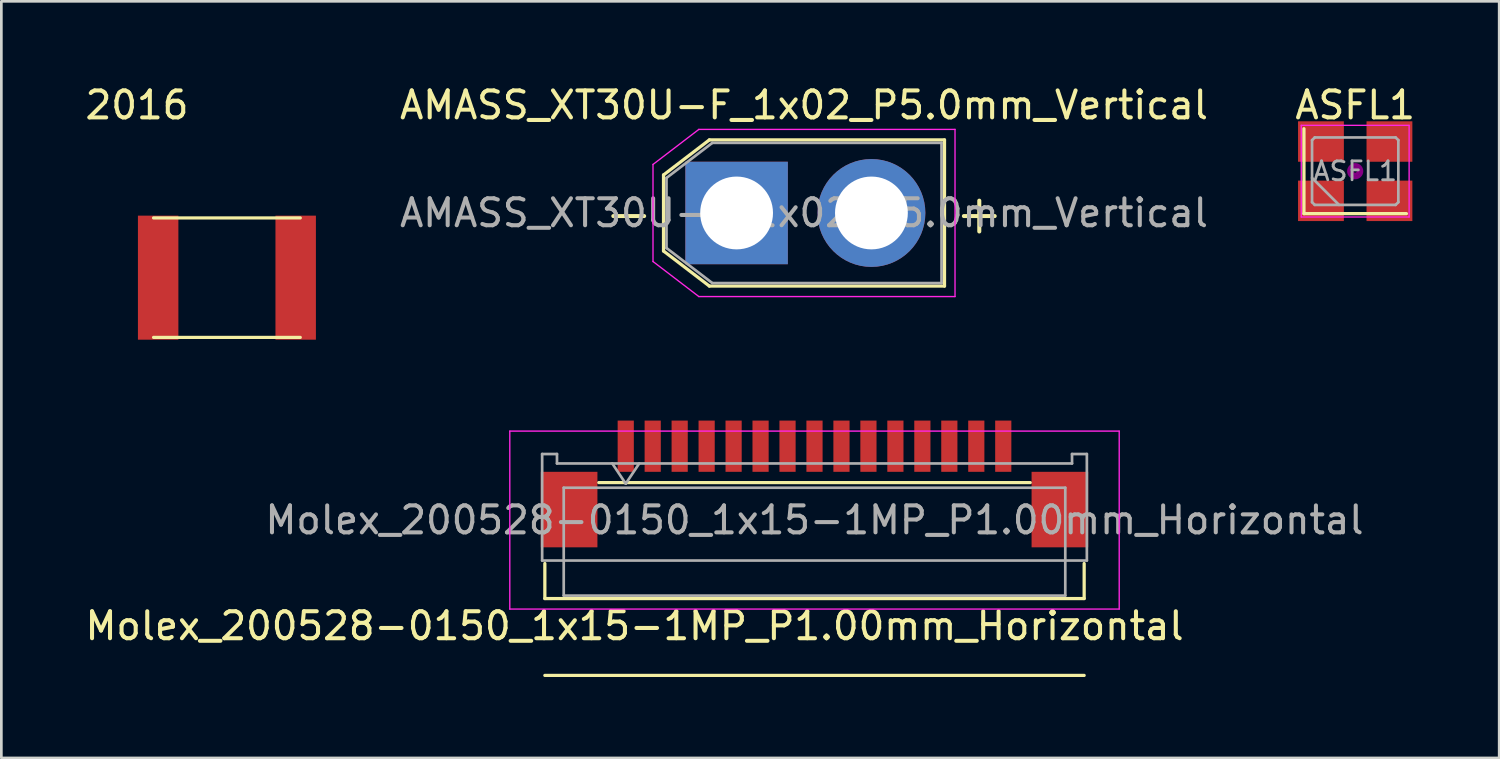
<source format=kicad_pcb>
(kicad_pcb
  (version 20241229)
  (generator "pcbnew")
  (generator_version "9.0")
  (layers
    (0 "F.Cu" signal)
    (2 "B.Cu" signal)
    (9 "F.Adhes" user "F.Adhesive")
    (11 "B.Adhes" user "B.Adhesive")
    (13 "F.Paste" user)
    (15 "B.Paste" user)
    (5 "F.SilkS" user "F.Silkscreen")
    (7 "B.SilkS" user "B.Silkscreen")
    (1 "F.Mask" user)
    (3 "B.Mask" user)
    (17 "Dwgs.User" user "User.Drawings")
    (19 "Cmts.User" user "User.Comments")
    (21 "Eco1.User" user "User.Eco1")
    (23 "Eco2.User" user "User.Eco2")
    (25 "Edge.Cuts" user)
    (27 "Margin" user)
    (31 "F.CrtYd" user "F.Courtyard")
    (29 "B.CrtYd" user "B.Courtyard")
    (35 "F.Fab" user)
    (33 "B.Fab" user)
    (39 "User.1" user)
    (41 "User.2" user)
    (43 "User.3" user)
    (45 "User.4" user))
  (footprint "Molex_200528-0150_1x15-1MP_P1.00mm_Horizontal"
    (layer "F.Cu")
    (at 27.155 14.847)
    (property "Reference" "Molex_200528-0150_1x15-1MP_P1.00mm_Horizontal" (at -6.673 5.316 0) (layer "F.SilkS") (effects (font (size 1 1) (thickness 0.15))))
    (attr smd)
    (fp_line (start -10 3) (end -10 4.3) (stroke (width 0.12) (type solid)) (layer "F.SilkS"))
    (fp_line (start -10 4.3) (end 10 4.3) (stroke (width 0.12) (type solid)) (layer "F.SilkS"))
    (fp_line (start -10 7.15) (end 10 7.15) (stroke (width 0.12) (type solid)) (layer "F.SilkS"))
    (fp_line (start -8 0) (end 8 0) (stroke (width 0.12) (type solid)) (layer "F.SilkS"))
    (fp_line (start 10 4.3) (end 10 3) (stroke (width 0.12) (type solid)) (layer "F.SilkS"))
    (fp_line (start -11.3 -1.91) (end -11.3 4.69) (stroke (width 0.05) (type solid)) (layer "F.CrtYd"))
    (fp_line (start -11.3 4.69) (end 11.3 4.69) (stroke (width 0.05) (type solid)) (layer "F.CrtYd"))
    (fp_line (start 11.3 -1.91) (end -11.3 -1.91) (stroke (width 0.05) (type solid)) (layer "F.CrtYd"))
    (fp_line (start 11.3 4.69) (end 11.3 -1.91) (stroke (width 0.05) (type solid)) (layer "F.CrtYd"))
    (fp_line (start -10.1 -1.06) (end -10.1 2.89) (stroke (width 0.1) (type solid)) (layer "F.Fab"))
    (fp_line (start -10.1 2.89) (end 10.1 2.89) (stroke (width 0.1) (type solid)) (layer "F.Fab"))
    (fp_line (start -9.55 -1.06) (end -10.1 -1.06) (stroke (width 0.1) (type solid)) (layer "F.Fab"))
    (fp_line (start -9.55 -0.71) (end -9.55 -1.06) (stroke (width 0.1) (type solid)) (layer "F.Fab"))
    (fp_line (start -9.3 0.19) (end -9.3 4.19) (stroke (width 0.1) (type solid)) (layer "F.Fab"))
    (fp_line (start -9.3 4.19) (end 9.3 4.19) (stroke (width 0.1) (type solid)) (layer "F.Fab"))
    (fp_line (start -7.5 -0.71) (end -7 0.04) (stroke (width 0.1) (type solid)) (layer "F.Fab"))
    (fp_line (start -7 0.04) (end -6.5 -0.71) (stroke (width 0.1) (type solid)) (layer "F.Fab"))
    (fp_line (start 9.3 0.19) (end -9.3 0.19) (stroke (width 0.1) (type solid)) (layer "F.Fab"))
    (fp_line (start 9.3 4.19) (end 9.3 0.19) (stroke (width 0.1) (type solid)) (layer "F.Fab"))
    (fp_line (start 9.55 -1.06) (end 9.55 -0.71) (stroke (width 0.1) (type solid)) (layer "F.Fab"))
    (fp_line (start 9.55 -0.71) (end -9.55 -0.71) (stroke (width 0.1) (type solid)) (layer "F.Fab"))
    (fp_line (start 10.1 -1.06) (end 9.55 -1.06) (stroke (width 0.1) (type solid)) (layer "F.Fab"))
    (fp_line (start 10.1 2.89) (end 10.1 -1.06) (stroke (width 0.1) (type solid)) (layer "F.Fab"))
    (fp_text user "${REFERENCE}" (at 0 1.39 0) (layer "F.Fab") (effects (font (size 1 1) (thickness 0.15))))
    (pad "1" smd rect (at -7 -1.35) (size 0.6 1.9) (layers "F.Cu" "F.Mask" "F.Paste"))
    (pad "2" smd rect (at -6 -1.35) (size 0.6 1.9) (layers "F.Cu" "F.Mask" "F.Paste"))
    (pad "3" smd rect (at -5 -1.35) (size 0.6 1.9) (layers "F.Cu" "F.Mask" "F.Paste"))
    (pad "4" smd rect (at -4 -1.35) (size 0.6 1.9) (layers "F.Cu" "F.Mask" "F.Paste"))
    (pad "5" smd rect (at -3 -1.35) (size 0.6 1.9) (layers "F.Cu" "F.Mask" "F.Paste"))
    (pad "6" smd rect (at -2 -1.35) (size 0.6 1.9) (layers "F.Cu" "F.Mask" "F.Paste"))
    (pad "7" smd rect (at -1 -1.35) (size 0.6 1.9) (layers "F.Cu" "F.Mask" "F.Paste"))
    (pad "8" smd rect (at 0 -1.35) (size 0.6 1.9) (layers "F.Cu" "F.Mask" "F.Paste"))
    (pad "9" smd rect (at 1 -1.35) (size 0.6 1.9) (layers "F.Cu" "F.Mask" "F.Paste"))
    (pad "10" smd rect (at 2 -1.35) (size 0.6 1.9) (layers "F.Cu" "F.Mask" "F.Paste"))
    (pad "11" smd rect (at 3 -1.35) (size 0.6 1.9) (layers "F.Cu" "F.Mask" "F.Paste"))
    (pad "12" smd rect (at 4 -1.35) (size 0.6 1.9) (layers "F.Cu" "F.Mask" "F.Paste"))
    (pad "13" smd rect (at 5 -1.35) (size 0.6 1.9) (layers "F.Cu" "F.Mask" "F.Paste"))
    (pad "14" smd rect (at 6 -1.35) (size 0.6 1.9) (layers "F.Cu" "F.Mask" "F.Paste"))
    (pad "15" smd rect (at 7 -1.35) (size 0.6 1.9) (layers "F.Cu" "F.Mask" "F.Paste"))
    (pad "MP" smd rect (at -9.1 1) (size 2.1 2.8) (layers "F.Cu" "F.Mask" "F.Paste"))
    (pad "MP" smd rect (at 9.1 1) (size 2.1 2.8) (layers "F.Cu" "F.Mask" "F.Paste")))
  (footprint "2016"
    (layer "F.Cu")
    (at 5.365 7.247)
    (property "Reference" "2016" (at -3.335 -6.398 0) (layer "F.SilkS") (effects (font (size 1 1) (thickness 0.15))))
    (attr through_hole)
    (fp_line (start -2.72 -2.215) (end 2.72 -2.215) (stroke (width 0.12) (type solid)) (layer "F.SilkS"))
    (fp_line (start -2.72 2.215) (end 2.72 2.215) (stroke (width 0.12) (type solid)) (layer "F.SilkS"))
    (pad "1" smd rect (at -2.55 0) (size 1.5 4.6) (layers "F.Cu" "F.Mask"))
    (pad "2" smd rect (at 2.55 0) (size 1.5 4.6) (layers "F.Cu" "F.Mask")))
  (footprint "ASFL1"
    (layer "F.Cu")
    (at 47.206 3.298)
    (property "Reference" "ASFL1" (at 0 -2.45 0) (layer "F.SilkS") (effects (font (size 1 1) (thickness 0.15))))
    (attr smd)
    (fp_line (start -1.9 -1.575) (end -1.9 1.575) (stroke (width 0.12) (type solid)) (layer "F.SilkS"))
    (fp_line (start -1.9 1.575) (end 1.9 1.575) (stroke (width 0.12) (type solid)) (layer "F.SilkS"))
    (fp_circle (center 0 0) (end 0.058 0) (stroke (width 0.117) (type solid)) (fill no) (layer "F.Adhes"))
    (fp_circle (center 0 0) (end 0.133 0) (stroke (width 0.083) (type solid)) (fill no) (layer "F.Adhes"))
    (fp_circle (center 0 0) (end 0.208 0) (stroke (width 0.083) (type solid)) (fill no) (layer "F.Adhes"))
    (fp_circle (center 0 0) (end 0.25 0) (stroke (width 0.1) (type solid)) (fill no) (layer "F.Adhes"))
    (fp_line (start -2 -1.7) (end -2 1.7) (stroke (width 0.05) (type solid)) (layer "F.CrtYd"))
    (fp_line (start -2 1.7) (end 2 1.7) (stroke (width 0.05) (type solid)) (layer "F.CrtYd"))
    (fp_line (start 2 -1.7) (end -2 -1.7) (stroke (width 0.05) (type solid)) (layer "F.CrtYd"))
    (fp_line (start 2 1.7) (end 2 -1.7) (stroke (width 0.05) (type solid)) (layer "F.CrtYd"))
    (fp_line (start -1.6 -1.15) (end -1.5 -1.25) (stroke (width 0.1) (type solid)) (layer "F.Fab"))
    (fp_line (start -1.6 0.25) (end -0.6 1.25) (stroke (width 0.1) (type solid)) (layer "F.Fab"))
    (fp_line (start -1.6 1.15) (end -1.6 -1.15) (stroke (width 0.1) (type solid)) (layer "F.Fab"))
    (fp_line (start -1.5 -1.25) (end 1.5 -1.25) (stroke (width 0.1) (type solid)) (layer "F.Fab"))
    (fp_line (start -1.5 1.25) (end -1.6 1.15) (stroke (width 0.1) (type solid)) (layer "F.Fab"))
    (fp_line (start 1.5 -1.25) (end 1.6 -1.15) (stroke (width 0.1) (type solid)) (layer "F.Fab"))
    (fp_line (start 1.5 1.25) (end -1.5 1.25) (stroke (width 0.1) (type solid)) (layer "F.Fab"))
    (fp_line (start 1.6 -1.15) (end 1.6 1.15) (stroke (width 0.1) (type solid)) (layer "F.Fab"))
    (fp_line (start 1.6 1.15) (end 1.5 1.25) (stroke (width 0.1) (type solid)) (layer "F.Fab"))
    (fp_text user "${REFERENCE}" (at 0 0 0) (layer "F.Fab") (effects (font (size 0.7 0.7) (thickness 0.105))))
    (pad "1" smd rect (at -1.27 1.1) (size 1.7 1.5) (layers "F.Cu" "F.Mask" "F.Paste"))
    (pad "2" smd rect (at 1.27 1.1) (size 1.7 1.5) (layers "F.Cu" "F.Mask" "F.Paste"))
    (pad "3" smd rect (at 1.27 -1.1) (size 1.7 1.5) (layers "F.Cu" "F.Mask" "F.Paste"))
    (pad "4" smd rect (at -1.27 -1.1) (size 1.7 1.5) (layers "F.Cu" "F.Mask" "F.Paste")))
  (footprint "AMASS_XT30U-F_1x02_P5.0mm_Vertical"
    (layer "F.Cu")
    (at 24.266 4.848)
    (property "Reference" "AMASS_XT30U-F_1x02_P5.0mm_Vertical" (at 2.5 -4 0) (layer "F.SilkS") (effects (font (size 1 1) (thickness 0.15))))
    (attr through_hole)
    (fp_line (start -2.71 -1.41) (end -2.71 1.41) (stroke (width 0.12) (type solid)) (layer "F.SilkS"))
    (fp_line (start -2.71 -1.41) (end -1.01 -2.71) (stroke (width 0.12) (type solid)) (layer "F.SilkS"))
    (fp_line (start -2.71 1.41) (end -1.01 2.71) (stroke (width 0.12) (type solid)) (layer "F.SilkS"))
    (fp_line (start -1.01 -2.71) (end 7.71 -2.71) (stroke (width 0.12) (type solid)) (layer "F.SilkS"))
    (fp_line (start -1.01 2.71) (end 7.71 2.71) (stroke (width 0.12) (type solid)) (layer "F.SilkS"))
    (fp_line (start 7.71 -2.71) (end 7.71 2.71) (stroke (width 0.12) (type solid)) (layer "F.SilkS"))
    (fp_line (start -3.1 -1.8) (end -3.1 1.8) (stroke (width 0.05) (type solid)) (layer "F.CrtYd"))
    (fp_line (start -3.1 -1.8) (end -1.4 -3.1) (stroke (width 0.05) (type solid)) (layer "F.CrtYd"))
    (fp_line (start -3.1 1.8) (end -1.4 3.1) (stroke (width 0.05) (type solid)) (layer "F.CrtYd"))
    (fp_line (start -1.4 -3.1) (end 8.1 -3.1) (stroke (width 0.05) (type solid)) (layer "F.CrtYd"))
    (fp_line (start -1.4 3.1) (end 8.1 3.1) (stroke (width 0.05) (type solid)) (layer "F.CrtYd"))
    (fp_line (start 8.1 -3.1) (end 8.1 3.1) (stroke (width 0.05) (type solid)) (layer "F.CrtYd"))
    (fp_line (start -2.6 -1.3) (end -2.6 1.3) (stroke (width 0.1) (type solid)) (layer "F.Fab"))
    (fp_line (start -2.6 -1.3) (end -0.9 -2.6) (stroke (width 0.1) (type solid)) (layer "F.Fab"))
    (fp_line (start -2.6 1.3) (end -0.9 2.6) (stroke (width 0.1) (type solid)) (layer "F.Fab"))
    (fp_line (start -0.9 -2.6) (end 7.6 -2.6) (stroke (width 0.1) (type solid)) (layer "F.Fab"))
    (fp_line (start -0.9 2.6) (end 7.6 2.6) (stroke (width 0.1) (type solid)) (layer "F.Fab"))
    (fp_line (start 7.6 -2.6) (end 7.6 2.6) (stroke (width 0.1) (type solid)) (layer "F.Fab"))
    (fp_text user "+" (at 9 0 0) (layer "F.SilkS") (effects (font (size 1.5 1.5) (thickness 0.15))))
    (fp_text user "-" (at -4 0 0) (layer "F.SilkS") (effects (font (size 1.5 1.5) (thickness 0.15))))
    (fp_text user "${REFERENCE}" (at 2.5 0 0) (layer "F.Fab") (effects (font (size 1 1) (thickness 0.15))))
    (pad "1" thru_hole rect (at 0 0) (size 3.8 3.8) (drill 2.7) (layers "*.Cu" "*.Mask"))
    (pad "2" thru_hole circle (at 5 0) (size 4 4) (drill 2.7) (layers "*.Cu" "*.Mask")))
  (gr_rect
    (start -3 -3)
    (end 52.546 25.057)
    (stroke (width 0.1) (type default))
    (fill no)
    (layer "Edge.Cuts")))
</source>
